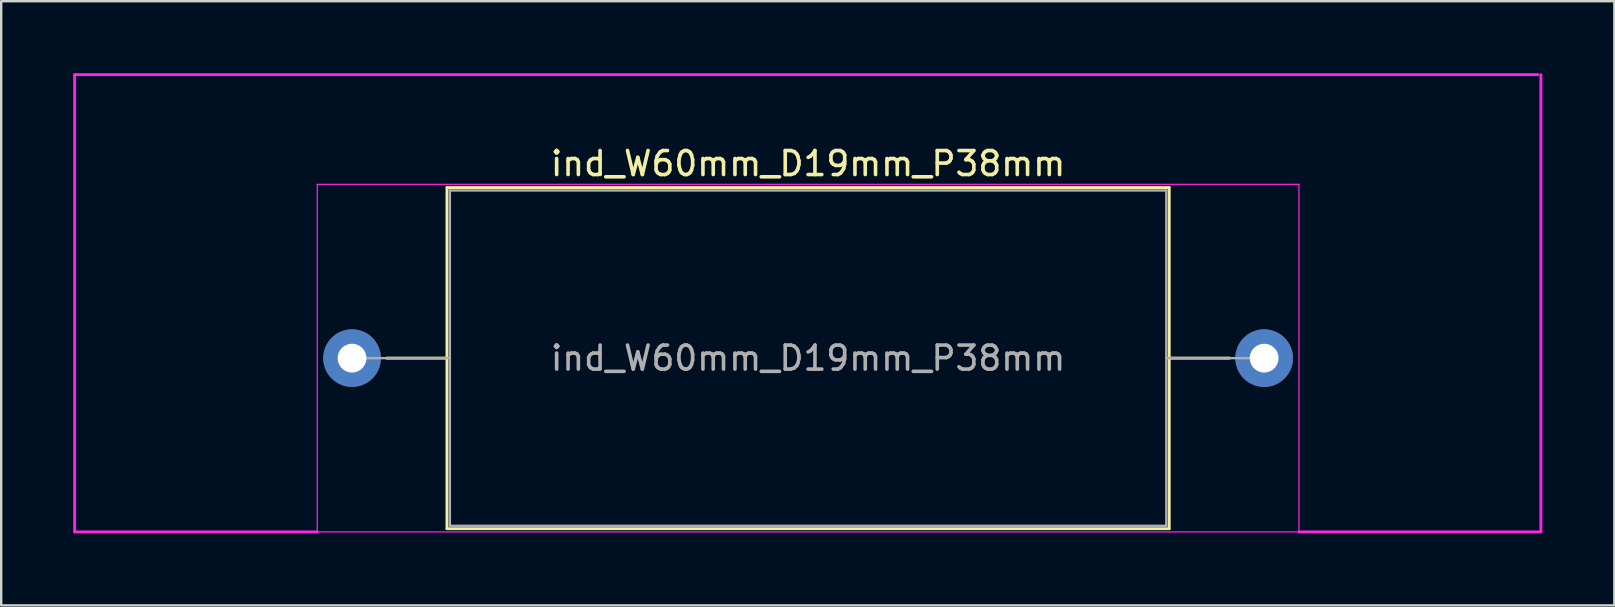
<source format=kicad_pcb>
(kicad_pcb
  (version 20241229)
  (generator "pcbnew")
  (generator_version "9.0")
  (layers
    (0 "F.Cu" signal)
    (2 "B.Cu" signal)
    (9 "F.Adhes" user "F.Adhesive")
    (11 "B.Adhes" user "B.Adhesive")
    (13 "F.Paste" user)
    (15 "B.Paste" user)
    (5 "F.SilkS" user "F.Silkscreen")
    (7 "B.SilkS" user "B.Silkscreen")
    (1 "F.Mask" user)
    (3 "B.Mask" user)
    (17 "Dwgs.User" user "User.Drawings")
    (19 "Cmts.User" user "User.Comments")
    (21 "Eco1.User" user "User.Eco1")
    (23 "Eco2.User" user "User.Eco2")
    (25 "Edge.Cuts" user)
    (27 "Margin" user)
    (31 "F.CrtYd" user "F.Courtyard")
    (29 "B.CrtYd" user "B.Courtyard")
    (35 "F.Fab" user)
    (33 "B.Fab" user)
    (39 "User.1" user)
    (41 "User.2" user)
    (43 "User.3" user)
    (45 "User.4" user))
  (footprint "ind_W60mm_D19mm_P38mm"
    (layer "F.Cu")
    (at 11.617 11.871)
    (property "Reference" "ind_W60mm_D19mm_P38mm" (at 19 -8.105 0) (layer "F.SilkS") (effects (font (size 1 1) (thickness 0.15))))
    (attr through_hole)
    (fp_line (start 1.44 0) (end 3.955 0) (stroke (width 0.12) (type solid)) (layer "F.SilkS"))
    (fp_line (start 3.955 -7.105) (end 3.955 7.105) (stroke (width 0.12) (type solid)) (layer "F.SilkS"))
    (fp_line (start 3.955 7.105) (end 34.045 7.105) (stroke (width 0.12) (type solid)) (layer "F.SilkS"))
    (fp_line (start 34.045 -7.105) (end 3.955 -7.105) (stroke (width 0.12) (type solid)) (layer "F.SilkS"))
    (fp_line (start 34.045 7.105) (end 34.045 -7.105) (stroke (width 0.12) (type solid)) (layer "F.SilkS"))
    (fp_line (start 36.56 0) (end 34.045 0) (stroke (width 0.12) (type solid)) (layer "F.SilkS"))
    (fp_line (start -11.557 -11.811) (end 49.403 -11.811) (stroke (width 0.12) (type solid)) (layer "F.CrtYd"))
    (fp_line (start -11.557 7.239) (end -11.557 -11.811) (stroke (width 0.12) (type solid)) (layer "F.CrtYd"))
    (fp_line (start -1.45 -7.24) (end -1.45 7.24) (stroke (width 0.05) (type solid)) (layer "F.CrtYd"))
    (fp_line (start -1.45 7.24) (end -11.557 7.239) (stroke (width 0.12) (type solid)) (layer "F.CrtYd"))
    (fp_line (start -1.45 7.24) (end 39.45 7.24) (stroke (width 0.05) (type solid)) (layer "F.CrtYd"))
    (fp_line (start 39.45 -7.24) (end -1.45 -7.24) (stroke (width 0.05) (type solid)) (layer "F.CrtYd"))
    (fp_line (start 39.45 7.24) (end 39.45 -7.24) (stroke (width 0.05) (type solid)) (layer "F.CrtYd"))
    (fp_line (start 39.45 7.24) (end 49.53 7.239) (stroke (width 0.12) (type solid)) (layer "F.CrtYd"))
    (fp_line (start 49.53 7.239) (end 49.53 -11.811) (stroke (width 0.12) (type solid)) (layer "F.CrtYd"))
    (fp_line (start 0 0) (end 4.075 0) (stroke (width 0.1) (type solid)) (layer "F.Fab"))
    (fp_line (start 4.075 -6.985) (end 4.075 6.985) (stroke (width 0.1) (type solid)) (layer "F.Fab"))
    (fp_line (start 4.075 6.985) (end 33.925 6.985) (stroke (width 0.1) (type solid)) (layer "F.Fab"))
    (fp_line (start 33.925 -6.985) (end 4.075 -6.985) (stroke (width 0.1) (type solid)) (layer "F.Fab"))
    (fp_line (start 33.925 6.985) (end 33.925 -6.985) (stroke (width 0.1) (type solid)) (layer "F.Fab"))
    (fp_line (start 38 0) (end 33.925 0) (stroke (width 0.1) (type solid)) (layer "F.Fab"))
    (fp_text user "${REFERENCE}" (at 19 0 0) (layer "F.Fab") (effects (font (size 1 1) (thickness 0.15))))
    (pad "1" thru_hole circle (at 0 0) (size 2.4 2.4) (drill 1.2) (layers "*.Cu" "*.Mask"))
    (pad "2" thru_hole oval (at 38 0) (size 2.4 2.4) (drill 1.2) (layers "*.Cu" "*.Mask")))
  (gr_rect
    (start -3 -3)
    (end 64.207 22.171)
    (stroke (width 0.1) (type default))
    (fill no)
    (layer "Edge.Cuts")))
</source>
